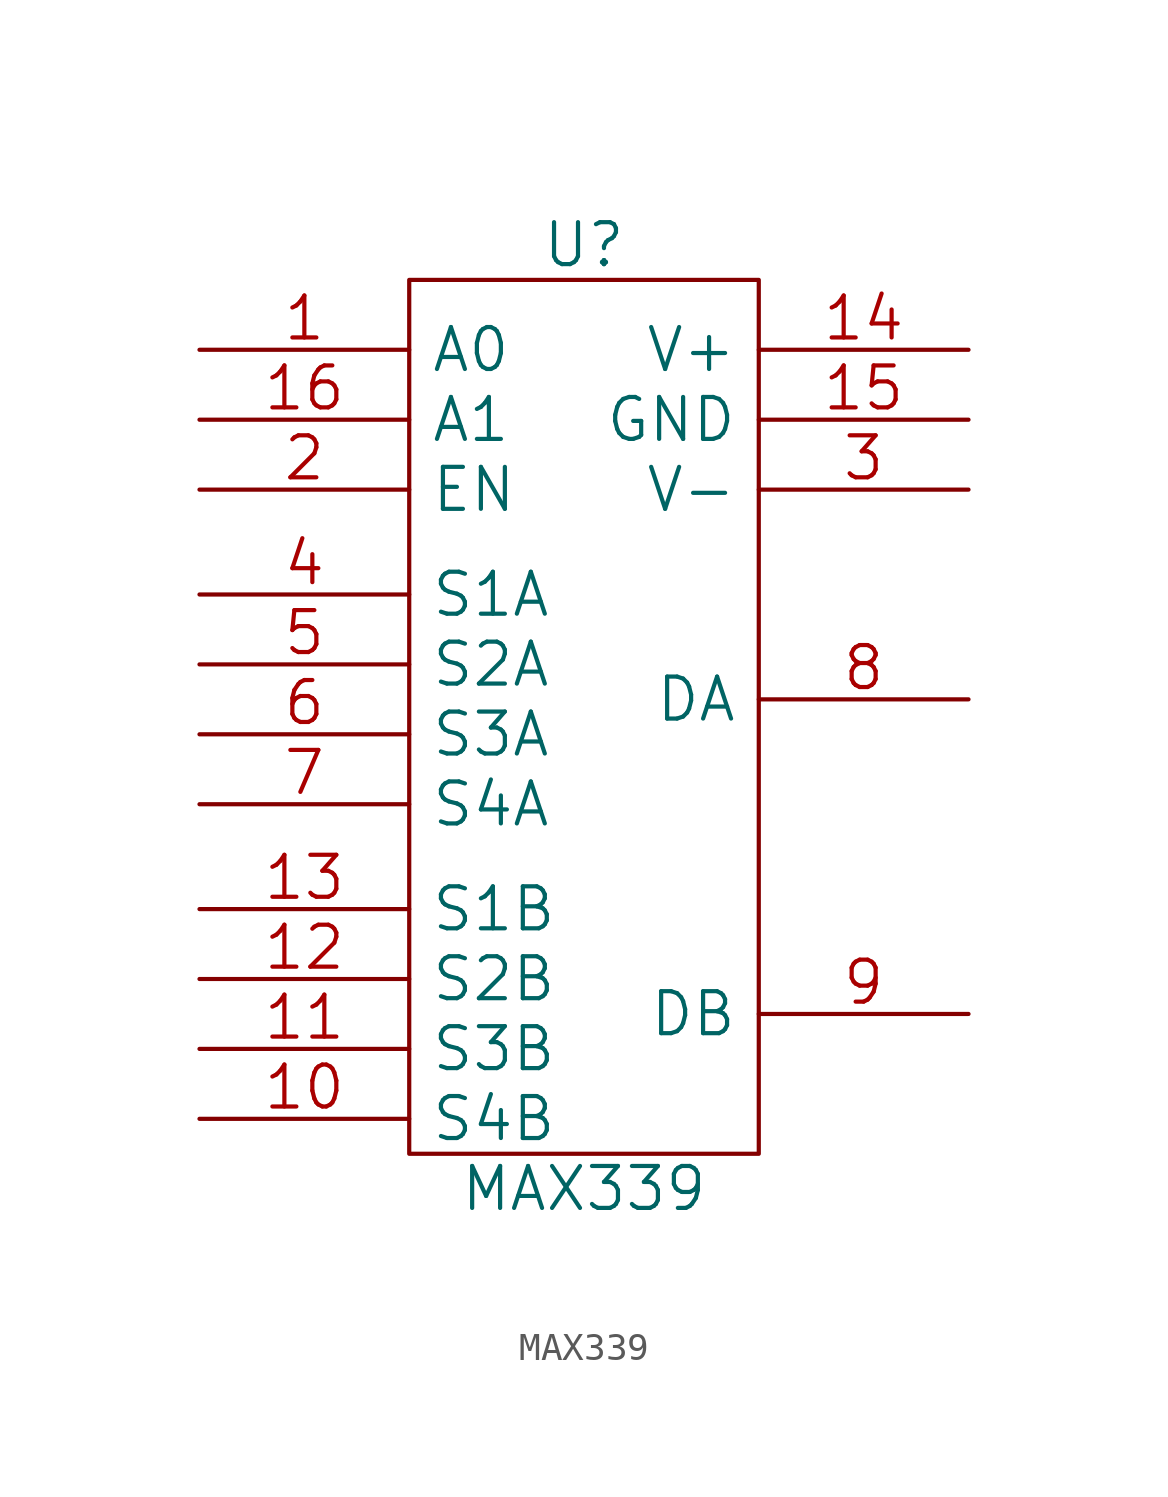
<source format=kicad_sym>
(kicad_symbol_lib
  (version 20220914)
  (generator kicad_symbol_editor)
  (symbol "MAX339"
    (pin_names
      (offset 0.762))
    (property "Reference" "U"
      (at 0 15.24 0)
      (effects (font (size 1.524 1.524))))
    (property "Value" "MAX339"
      (at 0 -19.05 0)
      (effects (font (size 1.524 1.524))))
    (symbol "MAX339_0_1"
      (rectangle (start -6.35 13.97) (end 6.35 -17.78) (stroke (width 0) (type solid)) (fill (type none))))
    (symbol "MAX339_1_1"
      (pin input line (at -13.97 11.43 0) (length 7.62) (name "A0" (effects (font (size 1.524 1.524)))) (number "1" (effects (font (size 1.524 1.524)))))
      (pin bidirectional line (at -13.97 -16.51 0) (length 7.62) (name "S4B" (effects (font (size 1.524 1.524)))) (number "10" (effects (font (size 1.524 1.524)))))
      (pin bidirectional line (at -13.97 -13.97 0) (length 7.62) (name "S3B" (effects (font (size 1.524 1.524)))) (number "11" (effects (font (size 1.524 1.524)))))
      (pin bidirectional line (at -13.97 -11.43 0) (length 7.62) (name "S2B" (effects (font (size 1.524 1.524)))) (number "12" (effects (font (size 1.524 1.524)))))
      (pin bidirectional line (at -13.97 -8.89 0) (length 7.62) (name "S1B" (effects (font (size 1.524 1.524)))) (number "13" (effects (font (size 1.524 1.524)))))
      (pin power_in line (at 13.97 11.43 180) (length 7.62) (name "V+" (effects (font (size 1.524 1.524)))) (number "14" (effects (font (size 1.524 1.524)))))
      (pin power_in line (at 13.97 8.89 180) (length 7.62) (name "GND" (effects (font (size 1.524 1.524)))) (number "15" (effects (font (size 1.524 1.524)))))
      (pin input line (at -13.97 8.89 0) (length 7.62) (name "A1" (effects (font (size 1.524 1.524)))) (number "16" (effects (font (size 1.524 1.524)))))
      (pin input line (at -13.97 6.35 0) (length 7.62) (name "EN" (effects (font (size 1.524 1.524)))) (number "2" (effects (font (size 1.524 1.524)))))
      (pin power_in line (at 13.97 6.35 180) (length 7.62) (name "V-" (effects (font (size 1.524 1.524)))) (number "3" (effects (font (size 1.524 1.524)))))
      (pin bidirectional line (at -13.97 2.54 0) (length 7.62) (name "S1A" (effects (font (size 1.524 1.524)))) (number "4" (effects (font (size 1.524 1.524)))))
      (pin bidirectional line (at -13.97 0 0) (length 7.62) (name "S2A" (effects (font (size 1.524 1.524)))) (number "5" (effects (font (size 1.524 1.524)))))
      (pin bidirectional line (at -13.97 -2.54 0) (length 7.62) (name "S3A" (effects (font (size 1.524 1.524)))) (number "6" (effects (font (size 1.524 1.524)))))
      (pin bidirectional line (at -13.97 -5.08 0) (length 7.62) (name "S4A" (effects (font (size 1.524 1.524)))) (number "7" (effects (font (size 1.524 1.524)))))
      (pin bidirectional line (at 13.97 -1.27 180) (length 7.62) (name "DA" (effects (font (size 1.524 1.524)))) (number "8" (effects (font (size 1.524 1.524)))))
      (pin bidirectional line (at 13.97 -12.7 180) (length 7.62) (name "DB" (effects (font (size 1.524 1.524)))) (number "9" (effects (font (size 1.524 1.524))))))))
</source>
